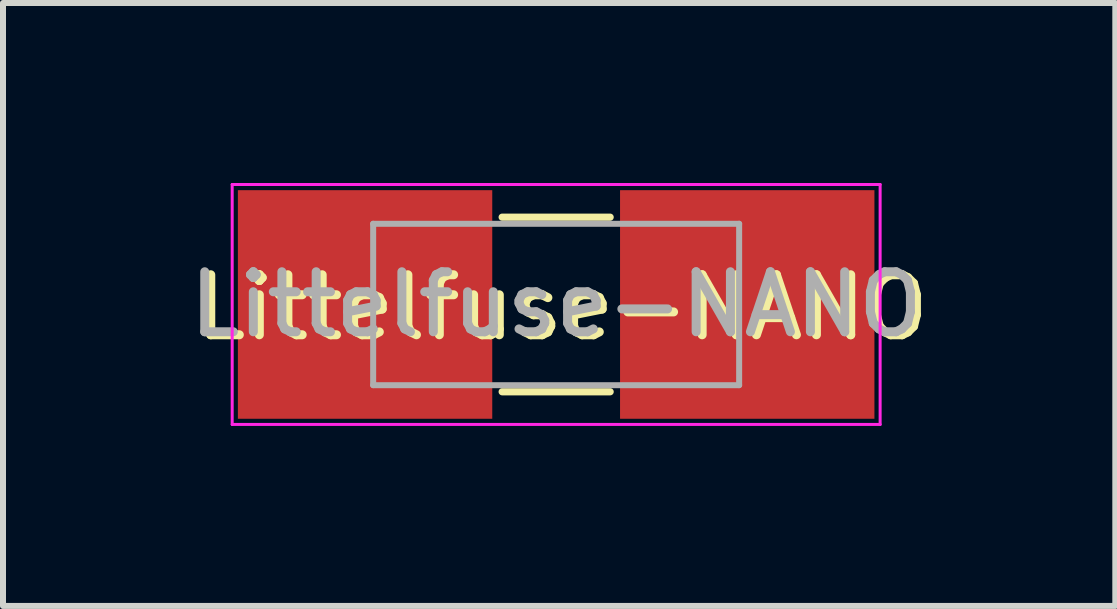
<source format=kicad_pcb>
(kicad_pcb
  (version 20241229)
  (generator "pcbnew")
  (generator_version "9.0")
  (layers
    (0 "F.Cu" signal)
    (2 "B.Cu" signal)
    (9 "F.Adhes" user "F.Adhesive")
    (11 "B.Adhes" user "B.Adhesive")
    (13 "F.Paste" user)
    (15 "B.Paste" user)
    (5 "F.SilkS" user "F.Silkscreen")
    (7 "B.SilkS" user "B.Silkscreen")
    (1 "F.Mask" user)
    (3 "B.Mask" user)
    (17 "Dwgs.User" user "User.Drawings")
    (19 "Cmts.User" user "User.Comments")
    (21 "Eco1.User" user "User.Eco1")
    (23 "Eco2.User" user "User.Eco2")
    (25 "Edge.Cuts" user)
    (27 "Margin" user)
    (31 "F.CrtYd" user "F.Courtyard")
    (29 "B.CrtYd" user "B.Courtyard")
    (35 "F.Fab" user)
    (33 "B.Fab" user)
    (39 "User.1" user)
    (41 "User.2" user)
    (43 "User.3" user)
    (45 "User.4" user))
  (footprint "Littelfuse-NANO"
    (layer "F.Cu")
    (at 6.22 2.025)
    (property "Reference" "Littelfuse-NANO" (at 0.1 0.05 0) (unlocked yes) (layer "F.SilkS") (effects (font (size 1 1) (thickness 0.15))))
    (attr smd)
    (fp_line (start -0.9 -1.455) (end 0.9 -1.455) (stroke (width 0.12) (type solid)) (layer "F.SilkS"))
    (fp_line (start -0.9 1.455) (end 0.9 1.455) (stroke (width 0.12) (type solid)) (layer "F.SilkS"))
    (fp_line (start -5.4 -2) (end 5.4 -2) (stroke (width 0.05) (type solid)) (layer "F.CrtYd"))
    (fp_line (start -5.4 2) (end -5.4 -2) (stroke (width 0.05) (type solid)) (layer "F.CrtYd"))
    (fp_line (start 5.4 -2) (end 5.4 2) (stroke (width 0.05) (type solid)) (layer "F.CrtYd"))
    (fp_line (start 5.4 2) (end -5.4 2) (stroke (width 0.05) (type solid)) (layer "F.CrtYd"))
    (fp_line (start -3.05 -1.345) (end -3.05 1.345) (stroke (width 0.1) (type solid)) (layer "F.Fab"))
    (fp_line (start -3.05 -1.345) (end 3.05 -1.345) (stroke (width 0.1) (type solid)) (layer "F.Fab"))
    (fp_line (start -3.05 1.345) (end 3.05 1.345) (stroke (width 0.1) (type solid)) (layer "F.Fab"))
    (fp_line (start 3.05 1.345) (end 3.05 -1.345) (stroke (width 0.1) (type solid)) (layer "F.Fab"))
    (fp_text user "${REFERENCE}" (at 0 0 0) (layer "F.Fab") (effects (font (size 1 1) (thickness 0.15))))
    (pad "1" smd rect (at -3.185 0) (size 4.24 3.81) (layers "F.Cu" "F.Mask" "F.Paste"))
    (pad "2" smd rect (at 3.185 0) (size 4.24 3.81) (layers "F.Cu" "F.Mask" "F.Paste")))
  (gr_rect
    (start -3 -3)
    (end 15.54 7.05)
    (stroke (width 0.1) (type default))
    (fill no)
    (layer "Edge.Cuts")))
</source>
